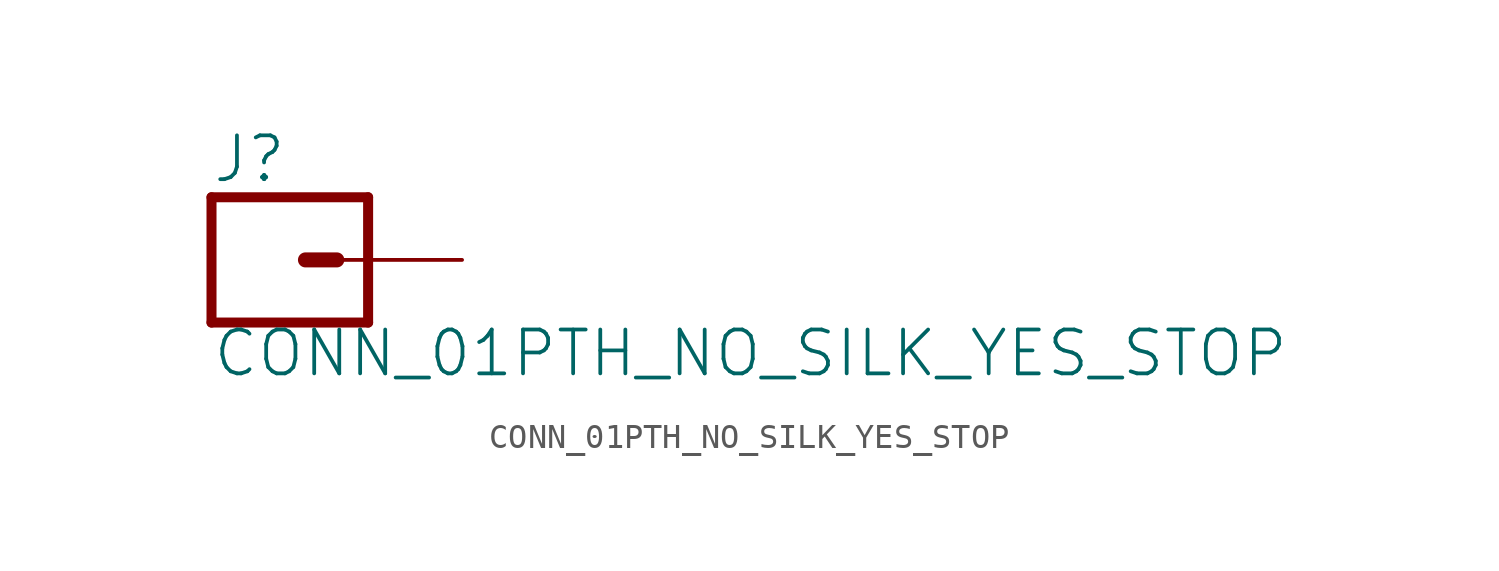
<source format=kicad_sym>
(kicad_symbol_lib
  (version 20220331)
  (generator kicad_symbol_editor)
  (symbol "CONN_01PTH_NO_SILK_YES_STOP"
    (property "Reference" "J"
      (at -2.54 3.048 0)
      (effects (font (size 1.778 1.778)) (justify left bottom)))
    (property "Value" "CONN_01PTH_NO_SILK_YES_STOP"
      (at -2.54 -4.826 0)
      (effects (font (size 1.778 1.778)) (justify left bottom)))
    (property "ki_locked" ""
      (at 0 0 0)
      (effects (font (size 1.27 1.27))))
    (symbol "CONN_01PTH_NO_SILK_YES_STOP_1_0"
      (polyline (pts (xy -2.54 2.54) (xy -2.54 -2.54)) (stroke (width 0.406) (type solid)) (fill (type none)))
      (polyline (pts (xy -2.54 2.54) (xy 3.81 2.54)) (stroke (width 0.406) (type solid)) (fill (type none)))
      (polyline (pts (xy 1.27 0) (xy 2.54 0)) (stroke (width 0.61) (type solid)) (fill (type none)))
      (polyline (pts (xy 3.81 -2.54) (xy -2.54 -2.54)) (stroke (width 0.406) (type solid)) (fill (type none)))
      (polyline (pts (xy 3.81 -2.54) (xy 3.81 2.54)) (stroke (width 0.406) (type solid)) (fill (type none)))
      (pin passive line (at 7.62 0 180) (length 5.08) (name "1" (effects (font (size 0 0)))) (number "1" (effects (font (size 0 0))))))))
</source>
